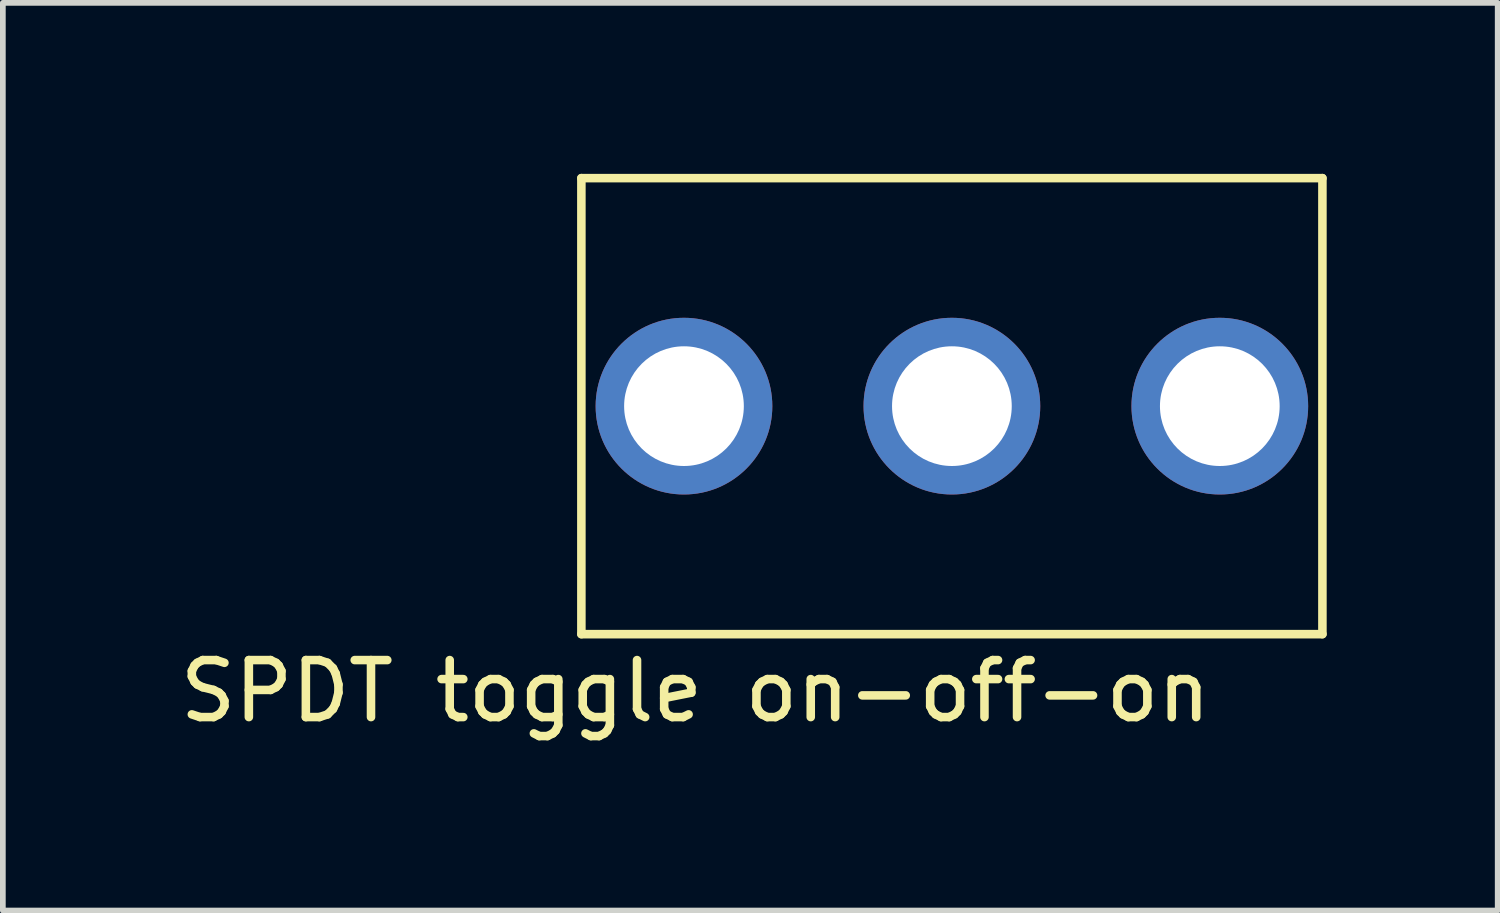
<source format=kicad_pcb>
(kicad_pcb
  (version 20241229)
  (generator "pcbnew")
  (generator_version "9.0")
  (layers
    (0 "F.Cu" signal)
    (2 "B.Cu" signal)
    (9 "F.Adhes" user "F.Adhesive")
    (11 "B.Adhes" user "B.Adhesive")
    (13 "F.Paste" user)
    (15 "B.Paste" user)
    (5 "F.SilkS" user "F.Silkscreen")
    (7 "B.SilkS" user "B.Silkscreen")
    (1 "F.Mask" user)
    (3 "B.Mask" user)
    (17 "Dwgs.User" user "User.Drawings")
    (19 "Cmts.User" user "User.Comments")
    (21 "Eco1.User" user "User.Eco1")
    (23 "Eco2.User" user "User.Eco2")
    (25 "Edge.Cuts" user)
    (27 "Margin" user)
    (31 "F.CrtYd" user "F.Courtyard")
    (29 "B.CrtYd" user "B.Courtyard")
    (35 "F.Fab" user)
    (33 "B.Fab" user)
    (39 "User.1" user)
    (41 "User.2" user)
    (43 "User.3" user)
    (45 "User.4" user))
  (footprint "SPDT toggle on-off-on"
    (layer "F.Cu")
    (at 13.649 4.075)
    (property "Reference" "SPDT toggle on-off-on" (at -4.5 5 0) (layer "F.SilkS") (effects (font (size 1 1) (thickness 0.15))))
    (attr through_hole)
    (fp_line (start -6.5 -4) (end 6.5 -4) (stroke (width 0.15) (type solid)) (layer "F.SilkS"))
    (fp_line (start -6.5 4) (end -6.5 -4) (stroke (width 0.15) (type solid)) (layer "F.SilkS"))
    (fp_line (start 6.5 -4) (end 6.5 4) (stroke (width 0.15) (type solid)) (layer "F.SilkS"))
    (fp_line (start 6.5 4) (end -6.5 4) (stroke (width 0.15) (type solid)) (layer "F.SilkS"))
    (pad "1" thru_hole circle (at -4.7 0) (size 3.1 3.1) (drill 2.1) (layers "*.Cu" "*.Mask"))
    (pad "2" thru_hole circle (at 0 0) (size 3.1 3.1) (drill 2.1) (layers "*.Cu" "*.Mask"))
    (pad "3" thru_hole circle (at 4.7 0) (size 3.1 3.1) (drill 2.1) (layers "*.Cu" "*.Mask")))
  (gr_rect
    (start -3 -3)
    (end 23.224 12.923)
    (stroke (width 0.1) (type default))
    (fill no)
    (layer "Edge.Cuts")))
</source>
